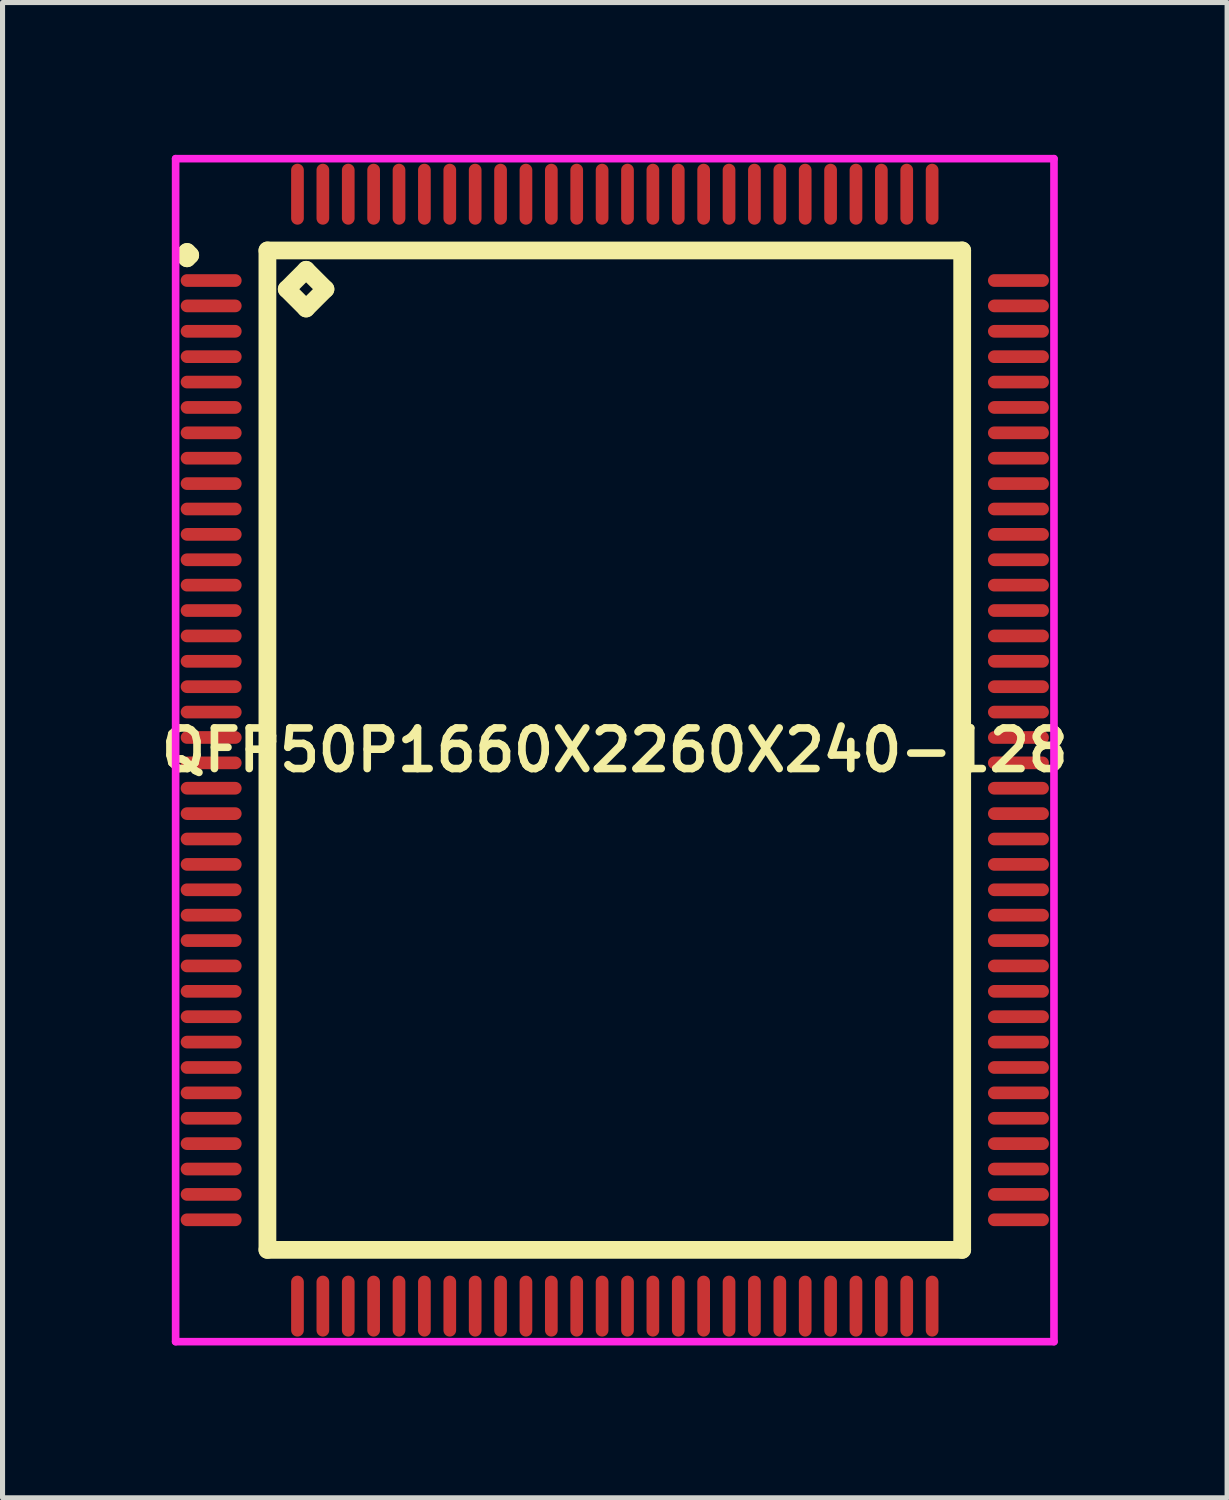
<source format=kicad_pcb>
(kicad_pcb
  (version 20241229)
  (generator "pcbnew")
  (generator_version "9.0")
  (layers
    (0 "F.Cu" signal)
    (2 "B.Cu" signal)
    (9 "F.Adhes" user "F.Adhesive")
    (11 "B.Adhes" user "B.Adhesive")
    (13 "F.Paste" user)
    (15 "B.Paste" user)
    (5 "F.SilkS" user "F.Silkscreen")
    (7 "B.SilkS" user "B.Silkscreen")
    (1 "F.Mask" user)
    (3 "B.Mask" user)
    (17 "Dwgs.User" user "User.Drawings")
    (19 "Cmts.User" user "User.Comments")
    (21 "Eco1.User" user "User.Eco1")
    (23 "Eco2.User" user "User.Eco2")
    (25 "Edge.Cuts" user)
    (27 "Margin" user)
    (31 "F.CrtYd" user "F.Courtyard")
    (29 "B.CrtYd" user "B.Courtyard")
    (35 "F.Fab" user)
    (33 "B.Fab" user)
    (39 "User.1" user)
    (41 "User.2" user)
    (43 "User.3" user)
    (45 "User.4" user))
  (footprint "QFP50P1660X2260X240-128"
    (layer "F.Cu")
    (at 9.059 11.725)
    (property "Reference" "QFP50P1660X2260X240-128" (at 0 0 0) (layer "F.SilkS") (effects (font (size 0.8 0.8) (thickness 0.15))))
    (attr smd)
    (fp_line (start -8.488 -9.75) (end -8.425 -9.812) (stroke (width 0.35) (type solid)) (layer "F.SilkS"))
    (fp_line (start -8.425 -9.812) (end -8.363 -9.75) (stroke (width 0.35) (type solid)) (layer "F.SilkS"))
    (fp_line (start -8.425 -9.688) (end -8.488 -9.75) (stroke (width 0.35) (type solid)) (layer "F.SilkS"))
    (fp_line (start -8.363 -9.75) (end -8.425 -9.688) (stroke (width 0.35) (type solid)) (layer "F.SilkS"))
    (fp_line (start -6.842 -9.842) (end -6.842 9.842) (stroke (width 0.35) (type solid)) (layer "F.SilkS"))
    (fp_line (start -6.842 9.842) (end 6.842 9.842) (stroke (width 0.35) (type solid)) (layer "F.SilkS"))
    (fp_line (start -6.461 -9.08) (end -6.08 -9.461) (stroke (width 0.35) (type solid)) (layer "F.SilkS"))
    (fp_line (start -6.08 -9.461) (end -5.699 -9.08) (stroke (width 0.35) (type solid)) (layer "F.SilkS"))
    (fp_line (start -6.08 -8.699) (end -6.461 -9.08) (stroke (width 0.35) (type solid)) (layer "F.SilkS"))
    (fp_line (start -5.699 -9.08) (end -6.08 -8.699) (stroke (width 0.35) (type solid)) (layer "F.SilkS"))
    (fp_line (start 6.842 -9.842) (end -6.842 -9.842) (stroke (width 0.35) (type solid)) (layer "F.SilkS"))
    (fp_line (start 6.842 9.842) (end 6.842 -9.842) (stroke (width 0.35) (type solid)) (layer "F.SilkS"))
    (fp_line (start -8.65 -11.65) (end 8.65 -11.65) (stroke (width 0.15) (type solid)) (layer "F.CrtYd"))
    (fp_line (start -8.65 11.65) (end -8.65 -11.65) (stroke (width 0.15) (type solid)) (layer "F.CrtYd"))
    (fp_line (start 8.65 -11.65) (end 8.65 11.65) (stroke (width 0.15) (type solid)) (layer "F.CrtYd"))
    (fp_line (start 8.65 11.65) (end -8.65 11.65) (stroke (width 0.15) (type solid)) (layer "F.CrtYd"))
    (pad "1" smd oval (at -7.95 -9.25) (size 1.2 0.25) (layers "F.Cu" "F.Mask" "F.Paste"))
    (pad "2" smd oval (at -7.95 -8.75) (size 1.2 0.25) (layers "F.Cu" "F.Mask" "F.Paste"))
    (pad "3" smd oval (at -7.95 -8.25) (size 1.2 0.25) (layers "F.Cu" "F.Mask" "F.Paste"))
    (pad "4" smd oval (at -7.95 -7.75) (size 1.2 0.25) (layers "F.Cu" "F.Mask" "F.Paste"))
    (pad "5" smd oval (at -7.95 -7.25) (size 1.2 0.25) (layers "F.Cu" "F.Mask" "F.Paste"))
    (pad "6" smd oval (at -7.95 -6.75) (size 1.2 0.25) (layers "F.Cu" "F.Mask" "F.Paste"))
    (pad "7" smd oval (at -7.95 -6.25) (size 1.2 0.25) (layers "F.Cu" "F.Mask" "F.Paste"))
    (pad "8" smd oval (at -7.95 -5.75) (size 1.2 0.25) (layers "F.Cu" "F.Mask" "F.Paste"))
    (pad "9" smd oval (at -7.95 -5.25) (size 1.2 0.25) (layers "F.Cu" "F.Mask" "F.Paste"))
    (pad "10" smd oval (at -7.95 -4.75) (size 1.2 0.25) (layers "F.Cu" "F.Mask" "F.Paste"))
    (pad "11" smd oval (at -7.95 -4.25) (size 1.2 0.25) (layers "F.Cu" "F.Mask" "F.Paste"))
    (pad "12" smd oval (at -7.95 -3.75) (size 1.2 0.25) (layers "F.Cu" "F.Mask" "F.Paste"))
    (pad "13" smd oval (at -7.95 -3.25) (size 1.2 0.25) (layers "F.Cu" "F.Mask" "F.Paste"))
    (pad "14" smd oval (at -7.95 -2.75) (size 1.2 0.25) (layers "F.Cu" "F.Mask" "F.Paste"))
    (pad "15" smd oval (at -7.95 -2.25) (size 1.2 0.25) (layers "F.Cu" "F.Mask" "F.Paste"))
    (pad "16" smd oval (at -7.95 -1.75) (size 1.2 0.25) (layers "F.Cu" "F.Mask" "F.Paste"))
    (pad "17" smd oval (at -7.95 -1.25) (size 1.2 0.25) (layers "F.Cu" "F.Mask" "F.Paste"))
    (pad "18" smd oval (at -7.95 -0.75) (size 1.2 0.25) (layers "F.Cu" "F.Mask" "F.Paste"))
    (pad "19" smd oval (at -7.95 -0.25) (size 1.2 0.25) (layers "F.Cu" "F.Mask" "F.Paste"))
    (pad "20" smd oval (at -7.95 0.25) (size 1.2 0.25) (layers "F.Cu" "F.Mask" "F.Paste"))
    (pad "21" smd oval (at -7.95 0.75) (size 1.2 0.25) (layers "F.Cu" "F.Mask" "F.Paste"))
    (pad "22" smd oval (at -7.95 1.25) (size 1.2 0.25) (layers "F.Cu" "F.Mask" "F.Paste"))
    (pad "23" smd oval (at -7.95 1.75) (size 1.2 0.25) (layers "F.Cu" "F.Mask" "F.Paste"))
    (pad "24" smd oval (at -7.95 2.25) (size 1.2 0.25) (layers "F.Cu" "F.Mask" "F.Paste"))
    (pad "25" smd oval (at -7.95 2.75) (size 1.2 0.25) (layers "F.Cu" "F.Mask" "F.Paste"))
    (pad "26" smd oval (at -7.95 3.25) (size 1.2 0.25) (layers "F.Cu" "F.Mask" "F.Paste"))
    (pad "27" smd oval (at -7.95 3.75) (size 1.2 0.25) (layers "F.Cu" "F.Mask" "F.Paste"))
    (pad "28" smd oval (at -7.95 4.25) (size 1.2 0.25) (layers "F.Cu" "F.Mask" "F.Paste"))
    (pad "29" smd oval (at -7.95 4.75) (size 1.2 0.25) (layers "F.Cu" "F.Mask" "F.Paste"))
    (pad "30" smd oval (at -7.95 5.25) (size 1.2 0.25) (layers "F.Cu" "F.Mask" "F.Paste"))
    (pad "31" smd oval (at -7.95 5.75) (size 1.2 0.25) (layers "F.Cu" "F.Mask" "F.Paste"))
    (pad "32" smd oval (at -7.95 6.25) (size 1.2 0.25) (layers "F.Cu" "F.Mask" "F.Paste"))
    (pad "33" smd oval (at -7.95 6.75) (size 1.2 0.25) (layers "F.Cu" "F.Mask" "F.Paste"))
    (pad "34" smd oval (at -7.95 7.25) (size 1.2 0.25) (layers "F.Cu" "F.Mask" "F.Paste"))
    (pad "35" smd oval (at -7.95 7.75) (size 1.2 0.25) (layers "F.Cu" "F.Mask" "F.Paste"))
    (pad "36" smd oval (at -7.95 8.25) (size 1.2 0.25) (layers "F.Cu" "F.Mask" "F.Paste"))
    (pad "37" smd oval (at -7.95 8.75) (size 1.2 0.25) (layers "F.Cu" "F.Mask" "F.Paste"))
    (pad "38" smd oval (at -7.95 9.25) (size 1.2 0.25) (layers "F.Cu" "F.Mask" "F.Paste"))
    (pad "39" smd oval (at -6.25 10.95) (size 0.25 1.2) (layers "F.Cu" "F.Mask" "F.Paste"))
    (pad "40" smd oval (at -5.75 10.95) (size 0.25 1.2) (layers "F.Cu" "F.Mask" "F.Paste"))
    (pad "41" smd oval (at -5.25 10.95) (size 0.25 1.2) (layers "F.Cu" "F.Mask" "F.Paste"))
    (pad "42" smd oval (at -4.75 10.95) (size 0.25 1.2) (layers "F.Cu" "F.Mask" "F.Paste"))
    (pad "43" smd oval (at -4.25 10.95) (size 0.25 1.2) (layers "F.Cu" "F.Mask" "F.Paste"))
    (pad "44" smd oval (at -3.75 10.95) (size 0.25 1.2) (layers "F.Cu" "F.Mask" "F.Paste"))
    (pad "45" smd oval (at -3.25 10.95) (size 0.25 1.2) (layers "F.Cu" "F.Mask" "F.Paste"))
    (pad "46" smd oval (at -2.75 10.95) (size 0.25 1.2) (layers "F.Cu" "F.Mask" "F.Paste"))
    (pad "47" smd oval (at -2.25 10.95) (size 0.25 1.2) (layers "F.Cu" "F.Mask" "F.Paste"))
    (pad "48" smd oval (at -1.75 10.95) (size 0.25 1.2) (layers "F.Cu" "F.Mask" "F.Paste"))
    (pad "49" smd oval (at -1.25 10.95) (size 0.25 1.2) (layers "F.Cu" "F.Mask" "F.Paste"))
    (pad "50" smd oval (at -0.75 10.95) (size 0.25 1.2) (layers "F.Cu" "F.Mask" "F.Paste"))
    (pad "51" smd oval (at -0.25 10.95) (size 0.25 1.2) (layers "F.Cu" "F.Mask" "F.Paste"))
    (pad "52" smd oval (at 0.25 10.95) (size 0.25 1.2) (layers "F.Cu" "F.Mask" "F.Paste"))
    (pad "53" smd oval (at 0.75 10.95) (size 0.25 1.2) (layers "F.Cu" "F.Mask" "F.Paste"))
    (pad "54" smd oval (at 1.25 10.95) (size 0.25 1.2) (layers "F.Cu" "F.Mask" "F.Paste"))
    (pad "55" smd oval (at 1.75 10.95) (size 0.25 1.2) (layers "F.Cu" "F.Mask" "F.Paste"))
    (pad "56" smd oval (at 2.25 10.95) (size 0.25 1.2) (layers "F.Cu" "F.Mask" "F.Paste"))
    (pad "57" smd oval (at 2.75 10.95) (size 0.25 1.2) (layers "F.Cu" "F.Mask" "F.Paste"))
    (pad "58" smd oval (at 3.25 10.95) (size 0.25 1.2) (layers "F.Cu" "F.Mask" "F.Paste"))
    (pad "59" smd oval (at 3.75 10.95) (size 0.25 1.2) (layers "F.Cu" "F.Mask" "F.Paste"))
    (pad "60" smd oval (at 4.25 10.95) (size 0.25 1.2) (layers "F.Cu" "F.Mask" "F.Paste"))
    (pad "61" smd oval (at 4.75 10.95) (size 0.25 1.2) (layers "F.Cu" "F.Mask" "F.Paste"))
    (pad "62" smd oval (at 5.25 10.95) (size 0.25 1.2) (layers "F.Cu" "F.Mask" "F.Paste"))
    (pad "63" smd oval (at 5.75 10.95) (size 0.25 1.2) (layers "F.Cu" "F.Mask" "F.Paste"))
    (pad "64" smd oval (at 6.25 10.95) (size 0.25 1.2) (layers "F.Cu" "F.Mask" "F.Paste"))
    (pad "65" smd oval (at 7.95 9.25) (size 1.2 0.25) (layers "F.Cu" "F.Mask" "F.Paste"))
    (pad "66" smd oval (at 7.95 8.75) (size 1.2 0.25) (layers "F.Cu" "F.Mask" "F.Paste"))
    (pad "67" smd oval (at 7.95 8.25) (size 1.2 0.25) (layers "F.Cu" "F.Mask" "F.Paste"))
    (pad "68" smd oval (at 7.95 7.75) (size 1.2 0.25) (layers "F.Cu" "F.Mask" "F.Paste"))
    (pad "69" smd oval (at 7.95 7.25) (size 1.2 0.25) (layers "F.Cu" "F.Mask" "F.Paste"))
    (pad "70" smd oval (at 7.95 6.75) (size 1.2 0.25) (layers "F.Cu" "F.Mask" "F.Paste"))
    (pad "71" smd oval (at 7.95 6.25) (size 1.2 0.25) (layers "F.Cu" "F.Mask" "F.Paste"))
    (pad "72" smd oval (at 7.95 5.75) (size 1.2 0.25) (layers "F.Cu" "F.Mask" "F.Paste"))
    (pad "73" smd oval (at 7.95 5.25) (size 1.2 0.25) (layers "F.Cu" "F.Mask" "F.Paste"))
    (pad "74" smd oval (at 7.95 4.75) (size 1.2 0.25) (layers "F.Cu" "F.Mask" "F.Paste"))
    (pad "75" smd oval (at 7.95 4.25) (size 1.2 0.25) (layers "F.Cu" "F.Mask" "F.Paste"))
    (pad "76" smd oval (at 7.95 3.75) (size 1.2 0.25) (layers "F.Cu" "F.Mask" "F.Paste"))
    (pad "77" smd oval (at 7.95 3.25) (size 1.2 0.25) (layers "F.Cu" "F.Mask" "F.Paste"))
    (pad "78" smd oval (at 7.95 2.75) (size 1.2 0.25) (layers "F.Cu" "F.Mask" "F.Paste"))
    (pad "79" smd oval (at 7.95 2.25) (size 1.2 0.25) (layers "F.Cu" "F.Mask" "F.Paste"))
    (pad "80" smd oval (at 7.95 1.75) (size 1.2 0.25) (layers "F.Cu" "F.Mask" "F.Paste"))
    (pad "81" smd oval (at 7.95 1.25) (size 1.2 0.25) (layers "F.Cu" "F.Mask" "F.Paste"))
    (pad "82" smd oval (at 7.95 0.75) (size 1.2 0.25) (layers "F.Cu" "F.Mask" "F.Paste"))
    (pad "83" smd oval (at 7.95 0.25) (size 1.2 0.25) (layers "F.Cu" "F.Mask" "F.Paste"))
    (pad "84" smd oval (at 7.95 -0.25) (size 1.2 0.25) (layers "F.Cu" "F.Mask" "F.Paste"))
    (pad "85" smd oval (at 7.95 -0.75) (size 1.2 0.25) (layers "F.Cu" "F.Mask" "F.Paste"))
    (pad "86" smd oval (at 7.95 -1.25) (size 1.2 0.25) (layers "F.Cu" "F.Mask" "F.Paste"))
    (pad "87" smd oval (at 7.95 -1.75) (size 1.2 0.25) (layers "F.Cu" "F.Mask" "F.Paste"))
    (pad "88" smd oval (at 7.95 -2.25) (size 1.2 0.25) (layers "F.Cu" "F.Mask" "F.Paste"))
    (pad "89" smd oval (at 7.95 -2.75) (size 1.2 0.25) (layers "F.Cu" "F.Mask" "F.Paste"))
    (pad "90" smd oval (at 7.95 -3.25) (size 1.2 0.25) (layers "F.Cu" "F.Mask" "F.Paste"))
    (pad "91" smd oval (at 7.95 -3.75) (size 1.2 0.25) (layers "F.Cu" "F.Mask" "F.Paste"))
    (pad "92" smd oval (at 7.95 -4.25) (size 1.2 0.25) (layers "F.Cu" "F.Mask" "F.Paste"))
    (pad "93" smd oval (at 7.95 -4.75) (size 1.2 0.25) (layers "F.Cu" "F.Mask" "F.Paste"))
    (pad "94" smd oval (at 7.95 -5.25) (size 1.2 0.25) (layers "F.Cu" "F.Mask" "F.Paste"))
    (pad "95" smd oval (at 7.95 -5.75) (size 1.2 0.25) (layers "F.Cu" "F.Mask" "F.Paste"))
    (pad "96" smd oval (at 7.95 -6.25) (size 1.2 0.25) (layers "F.Cu" "F.Mask" "F.Paste"))
    (pad "97" smd oval (at 7.95 -6.75) (size 1.2 0.25) (layers "F.Cu" "F.Mask" "F.Paste"))
    (pad "98" smd oval (at 7.95 -7.25) (size 1.2 0.25) (layers "F.Cu" "F.Mask" "F.Paste"))
    (pad "99" smd oval (at 7.95 -7.75) (size 1.2 0.25) (layers "F.Cu" "F.Mask" "F.Paste"))
    (pad "100" smd oval (at 7.95 -8.25) (size 1.2 0.25) (layers "F.Cu" "F.Mask" "F.Paste"))
    (pad "101" smd oval (at 7.95 -8.75) (size 1.2 0.25) (layers "F.Cu" "F.Mask" "F.Paste"))
    (pad "102" smd oval (at 7.95 -9.25) (size 1.2 0.25) (layers "F.Cu" "F.Mask" "F.Paste"))
    (pad "103" smd oval (at 6.25 -10.95) (size 0.25 1.2) (layers "F.Cu" "F.Mask" "F.Paste"))
    (pad "104" smd oval (at 5.75 -10.95) (size 0.25 1.2) (layers "F.Cu" "F.Mask" "F.Paste"))
    (pad "105" smd oval (at 5.25 -10.95) (size 0.25 1.2) (layers "F.Cu" "F.Mask" "F.Paste"))
    (pad "106" smd oval (at 4.75 -10.95) (size 0.25 1.2) (layers "F.Cu" "F.Mask" "F.Paste"))
    (pad "107" smd oval (at 4.25 -10.95) (size 0.25 1.2) (layers "F.Cu" "F.Mask" "F.Paste"))
    (pad "108" smd oval (at 3.75 -10.95) (size 0.25 1.2) (layers "F.Cu" "F.Mask" "F.Paste"))
    (pad "109" smd oval (at 3.25 -10.95) (size 0.25 1.2) (layers "F.Cu" "F.Mask" "F.Paste"))
    (pad "110" smd oval (at 2.75 -10.95) (size 0.25 1.2) (layers "F.Cu" "F.Mask" "F.Paste"))
    (pad "111" smd oval (at 2.25 -10.95) (size 0.25 1.2) (layers "F.Cu" "F.Mask" "F.Paste"))
    (pad "112" smd oval (at 1.75 -10.95) (size 0.25 1.2) (layers "F.Cu" "F.Mask" "F.Paste"))
    (pad "113" smd oval (at 1.25 -10.95) (size 0.25 1.2) (layers "F.Cu" "F.Mask" "F.Paste"))
    (pad "114" smd oval (at 0.75 -10.95) (size 0.25 1.2) (layers "F.Cu" "F.Mask" "F.Paste"))
    (pad "115" smd oval (at 0.25 -10.95) (size 0.25 1.2) (layers "F.Cu" "F.Mask" "F.Paste"))
    (pad "116" smd oval (at -0.25 -10.95) (size 0.25 1.2) (layers "F.Cu" "F.Mask" "F.Paste"))
    (pad "117" smd oval (at -0.75 -10.95) (size 0.25 1.2) (layers "F.Cu" "F.Mask" "F.Paste"))
    (pad "118" smd oval (at -1.25 -10.95) (size 0.25 1.2) (layers "F.Cu" "F.Mask" "F.Paste"))
    (pad "119" smd oval (at -1.75 -10.95) (size 0.25 1.2) (layers "F.Cu" "F.Mask" "F.Paste"))
    (pad "120" smd oval (at -2.25 -10.95) (size 0.25 1.2) (layers "F.Cu" "F.Mask" "F.Paste"))
    (pad "121" smd oval (at -2.75 -10.95) (size 0.25 1.2) (layers "F.Cu" "F.Mask" "F.Paste"))
    (pad "122" smd oval (at -3.25 -10.95) (size 0.25 1.2) (layers "F.Cu" "F.Mask" "F.Paste"))
    (pad "123" smd oval (at -3.75 -10.95) (size 0.25 1.2) (layers "F.Cu" "F.Mask" "F.Paste"))
    (pad "124" smd oval (at -4.25 -10.95) (size 0.25 1.2) (layers "F.Cu" "F.Mask" "F.Paste"))
    (pad "125" smd oval (at -4.75 -10.95) (size 0.25 1.2) (layers "F.Cu" "F.Mask" "F.Paste"))
    (pad "126" smd oval (at -5.25 -10.95) (size 0.25 1.2) (layers "F.Cu" "F.Mask" "F.Paste"))
    (pad "127" smd oval (at -5.75 -10.95) (size 0.25 1.2) (layers "F.Cu" "F.Mask" "F.Paste"))
    (pad "128" smd oval (at -6.25 -10.95) (size 0.25 1.2) (layers "F.Cu" "F.Mask" "F.Paste")))
  (gr_rect
    (start -3 -3)
    (end 21.119 26.45)
    (stroke (width 0.1) (type default))
    (fill no)
    (layer "Edge.Cuts")))
</source>
